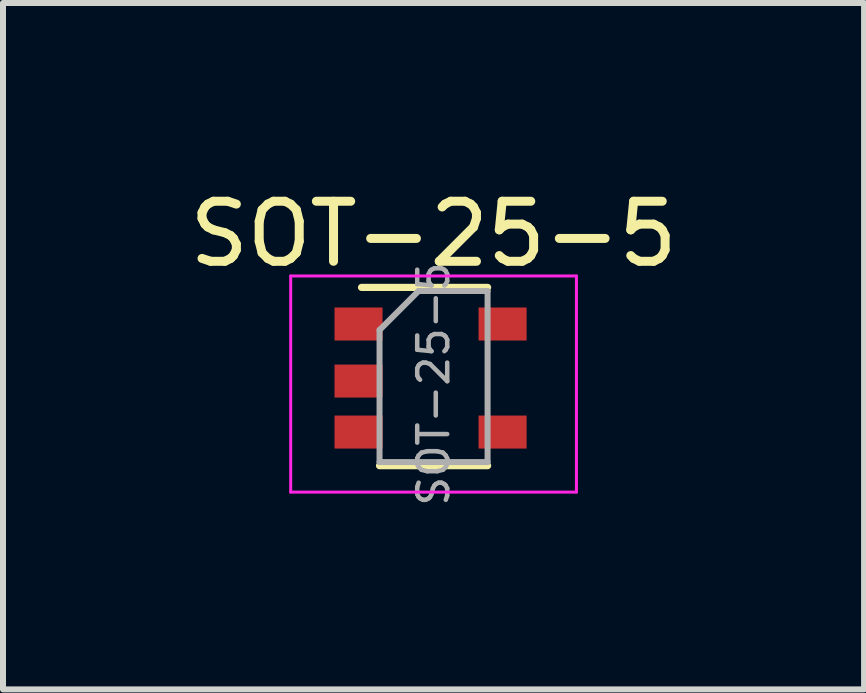
<source format=kicad_pcb>
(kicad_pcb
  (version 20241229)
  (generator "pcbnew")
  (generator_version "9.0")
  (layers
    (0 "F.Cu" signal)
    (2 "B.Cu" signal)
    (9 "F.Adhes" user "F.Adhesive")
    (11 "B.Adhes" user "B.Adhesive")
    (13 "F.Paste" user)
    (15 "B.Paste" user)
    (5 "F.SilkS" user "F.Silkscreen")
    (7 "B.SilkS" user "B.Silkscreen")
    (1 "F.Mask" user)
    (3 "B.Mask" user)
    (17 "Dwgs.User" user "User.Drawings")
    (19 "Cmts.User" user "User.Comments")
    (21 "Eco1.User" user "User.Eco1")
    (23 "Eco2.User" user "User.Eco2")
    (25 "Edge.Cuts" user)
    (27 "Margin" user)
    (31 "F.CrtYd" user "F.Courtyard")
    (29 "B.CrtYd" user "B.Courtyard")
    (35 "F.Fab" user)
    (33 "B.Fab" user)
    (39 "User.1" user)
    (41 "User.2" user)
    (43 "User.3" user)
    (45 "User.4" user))
  (footprint "SOT-25-5"
    (layer "F.Cu")
    (at 4.173 3.348)
    (property "Reference" "SOT-25-5" (at 0 -2.5 0) (layer "F.SilkS") (effects (font (size 1 1) (thickness 0.15))))
    (attr smd)
    (fp_line (start -0.9 1.36) (end 0.9 1.36) (stroke (width 0.12) (type solid)) (layer "F.SilkS"))
    (fp_line (start 0.9 -1.61) (end -1.2 -1.61) (stroke (width 0.12) (type solid)) (layer "F.SilkS"))
    (fp_line (start -2.38 -1.8) (end -2.38 1.8) (stroke (width 0.05) (type solid)) (layer "F.CrtYd"))
    (fp_line (start -2.38 -1.8) (end 2.38 -1.8) (stroke (width 0.05) (type solid)) (layer "F.CrtYd"))
    (fp_line (start 2.38 1.8) (end -2.38 1.8) (stroke (width 0.05) (type solid)) (layer "F.CrtYd"))
    (fp_line (start 2.38 1.8) (end 2.38 -1.8) (stroke (width 0.05) (type solid)) (layer "F.CrtYd"))
    (fp_line (start -0.9 -0.9) (end -0.9 1.3) (stroke (width 0.1) (type solid)) (layer "F.Fab"))
    (fp_line (start -0.9 -0.9) (end -0.25 -1.55) (stroke (width 0.1) (type solid)) (layer "F.Fab"))
    (fp_line (start 0.9 -1.55) (end -0.25 -1.55) (stroke (width 0.1) (type solid)) (layer "F.Fab"))
    (fp_line (start 0.9 -1.55) (end 0.9 1.3) (stroke (width 0.1) (type solid)) (layer "F.Fab"))
    (fp_line (start 0.9 1.3) (end -0.9 1.3) (stroke (width 0.1) (type solid)) (layer "F.Fab"))
    (fp_text user "${REFERENCE}" (at 0 0 90) (layer "F.Fab") (effects (font (size 0.5 0.5) (thickness 0.075))))
    (pad "1" smd rect (at -1.25 -1) (size 0.8 0.55) (layers "F.Cu" "F.Mask" "F.Paste"))
    (pad "2" smd rect (at -1.25 -0.05) (size 0.8 0.55) (layers "F.Cu" "F.Mask" "F.Paste"))
    (pad "3" smd rect (at -1.25 0.8) (size 0.8 0.55) (layers "F.Cu" "F.Mask" "F.Paste"))
    (pad "4" smd rect (at 1.15 0.8) (size 0.8 0.55) (layers "F.Cu" "F.Mask" "F.Paste"))
    (pad "5" smd rect (at 1.15 -1) (size 0.8 0.55) (layers "F.Cu" "F.Mask" "F.Paste")))
  (gr_rect
    (start -3 -3)
    (end 11.345 8.435)
    (stroke (width 0.1) (type default))
    (fill no)
    (layer "Edge.Cuts")))
</source>
